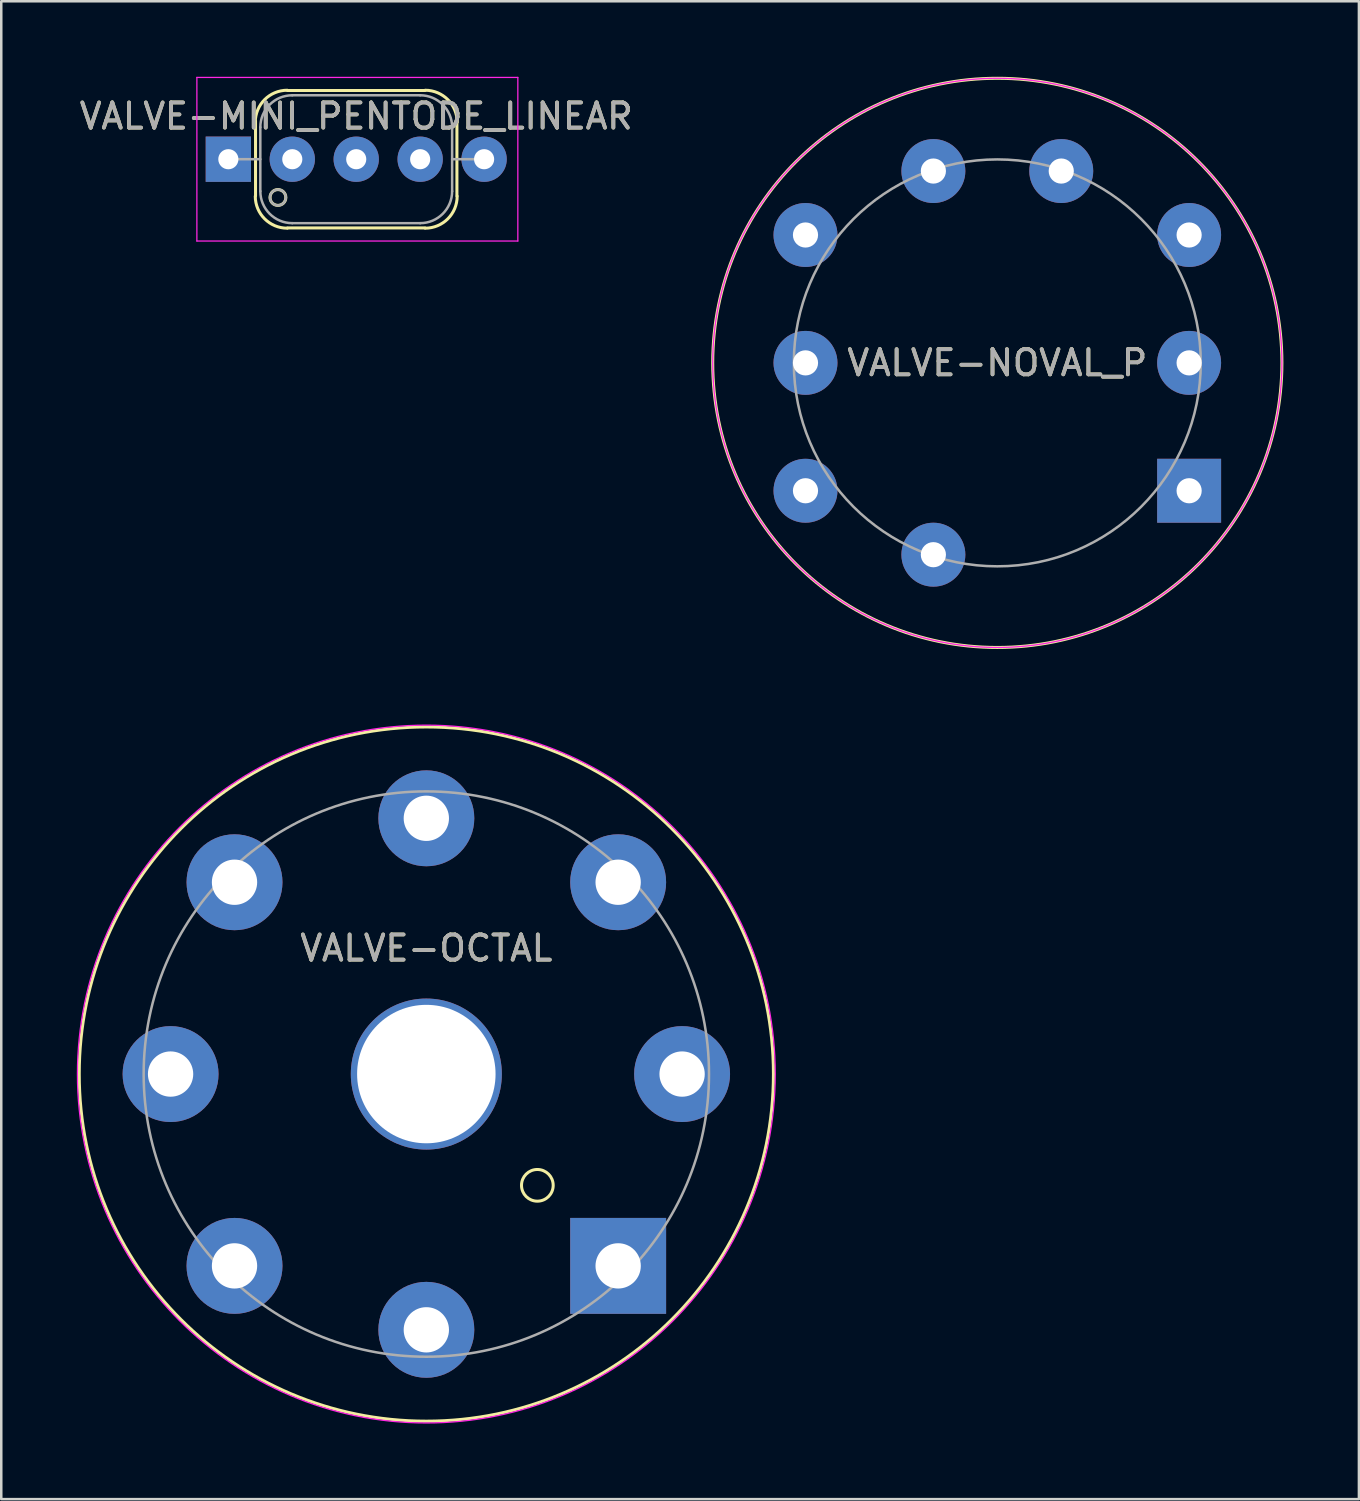
<source format=kicad_pcb>
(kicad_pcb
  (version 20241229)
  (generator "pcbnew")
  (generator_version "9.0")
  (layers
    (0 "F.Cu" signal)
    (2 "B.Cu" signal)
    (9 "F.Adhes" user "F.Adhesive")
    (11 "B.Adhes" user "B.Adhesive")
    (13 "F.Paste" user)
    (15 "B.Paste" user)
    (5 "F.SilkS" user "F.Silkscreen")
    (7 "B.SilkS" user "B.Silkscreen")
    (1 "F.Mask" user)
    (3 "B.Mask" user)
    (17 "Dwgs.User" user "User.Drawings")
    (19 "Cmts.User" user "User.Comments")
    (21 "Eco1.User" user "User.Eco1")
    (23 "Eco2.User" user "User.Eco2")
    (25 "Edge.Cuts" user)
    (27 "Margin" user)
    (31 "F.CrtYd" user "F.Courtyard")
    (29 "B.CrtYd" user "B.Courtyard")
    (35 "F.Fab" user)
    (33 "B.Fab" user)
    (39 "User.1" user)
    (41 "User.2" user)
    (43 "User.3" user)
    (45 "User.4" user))
  (footprint "VALVE-MINI_PENTODE_LINEAR"
    (layer "F.Cu")
    (at 6.021 3.275)
    (property "Reference" "VALVE-MINI_PENTODE_LINEAR" (at 5.08 -1.71 0) (layer "F.SilkS") (effects (font (size 1 1) (thickness 0.15))))
    (attr through_hole)
    (fp_line (start 1.08 1.46) (end 1.08 -1.52) (stroke (width 0.12) (type solid)) (layer "F.SilkS"))
    (fp_line (start 2.35 -2.73) (end 7.81 -2.73) (stroke (width 0.12) (type solid)) (layer "F.SilkS"))
    (fp_line (start 7.81 2.73) (end 2.35 2.73) (stroke (width 0.12) (type solid)) (layer "F.SilkS"))
    (fp_line (start 9.08 -1.46) (end 9.08 1.46) (stroke (width 0.12) (type solid)) (layer "F.SilkS"))
    (fp_arc (start 1.07 -1.47) (mid 1.441974 -2.368026) (end 2.34 -2.74) (stroke (width 0.12) (type solid)) (layer "F.SilkS"))
    (fp_arc (start 2.34 2.74) (mid 1.441974 2.368026) (end 1.07 1.47) (stroke (width 0.12) (type solid)) (layer "F.SilkS"))
    (fp_arc (start 7.82 -2.74) (mid 8.718026 -2.368026) (end 9.09 -1.47) (stroke (width 0.12) (type solid)) (layer "F.SilkS"))
    (fp_arc (start 9.09 1.47) (mid 8.718026 2.368026) (end 7.82 2.74) (stroke (width 0.12) (type solid)) (layer "F.SilkS"))
    (fp_circle (center 1.97 1.52) (end 2.22 1.71) (stroke (width 0.12) (type solid)) (fill no) (layer "F.SilkS"))
    (fp_line (start -1.25 -3.25) (end 11.5 -3.25) (stroke (width 0.05) (type solid)) (layer "F.CrtYd"))
    (fp_line (start -1.25 3.25) (end -1.25 -3.25) (stroke (width 0.05) (type solid)) (layer "F.CrtYd"))
    (fp_line (start 11.5 -3.25) (end 11.5 3.25) (stroke (width 0.05) (type solid)) (layer "F.CrtYd"))
    (fp_line (start 11.5 3.25) (end -1.25 3.25) (stroke (width 0.05) (type solid)) (layer "F.CrtYd"))
    (fp_line (start 0 0) (end 1.27 0) (stroke (width 0.1) (type solid)) (layer "F.Fab"))
    (fp_line (start 1.27 -1.27) (end 1.27 1.27) (stroke (width 0.1) (type solid)) (layer "F.Fab"))
    (fp_line (start 2.54 2.54) (end 7.62 2.54) (stroke (width 0.1) (type solid)) (layer "F.Fab"))
    (fp_line (start 7.62 -2.54) (end 2.54 -2.54) (stroke (width 0.1) (type solid)) (layer "F.Fab"))
    (fp_line (start 8.89 0) (end 10.16 0) (stroke (width 0.1) (type solid)) (layer "F.Fab"))
    (fp_line (start 8.89 1.27) (end 8.89 -1.27) (stroke (width 0.1) (type solid)) (layer "F.Fab"))
    (fp_arc (start 1.27 -1.27) (mid 1.641974 -2.168026) (end 2.54 -2.54) (stroke (width 0.1) (type solid)) (layer "F.Fab"))
    (fp_arc (start 2.54 2.54) (mid 1.641974 2.168026) (end 1.27 1.27) (stroke (width 0.1) (type solid)) (layer "F.Fab"))
    (fp_arc (start 7.62 -2.54) (mid 8.518026 -2.168026) (end 8.89 -1.27) (stroke (width 0.1) (type solid)) (layer "F.Fab"))
    (fp_arc (start 8.89 1.27) (mid 8.518026 2.168026) (end 7.62 2.54) (stroke (width 0.1) (type solid)) (layer "F.Fab"))
    (fp_circle (center 1.97 1.52) (end 2.22 1.71) (stroke (width 0.1) (type solid)) (fill no) (layer "F.Fab"))
    (fp_text user "${REFERENCE}" (at 5.08 -1.71 0) (layer "F.Fab") (effects (font (size 1 1) (thickness 0.15))))
    (pad "1" thru_hole rect (at 0 0) (size 1.8 1.8) (drill 0.8) (layers "*.Cu" "*.Mask"))
    (pad "2" thru_hole circle (at 2.54 0) (size 1.8 1.8) (drill 0.8) (layers "*.Cu" "*.Mask"))
    (pad "3" thru_hole circle (at 5.08 0) (size 1.8 1.8) (drill 0.8) (layers "*.Cu" "*.Mask"))
    (pad "4" thru_hole circle (at 7.62 0) (size 1.8 1.8) (drill 0.8) (layers "*.Cu" "*.Mask"))
    (pad "5" thru_hole circle (at 10.16 0) (size 1.8 1.8) (drill 0.8) (layers "*.Cu" "*.Mask")))
  (footprint "VALVE-OCTAL"
    (layer "F.Cu")
    (at 21.506 47.237)
    (property "Reference" "VALVE-OCTAL" (at -7.62 -12.62 0) (layer "F.SilkS") (effects (font (size 1 1) (thickness 0.15))))
    (attr through_hole)
    (fp_circle (center -7.62 -7.62) (end 2.13 2.13) (stroke (width 0.12) (type solid)) (fill no) (layer "F.SilkS"))
    (fp_circle (center -3.21 -3.2) (end -2.77 -2.75) (stroke (width 0.12) (type solid)) (fill no) (layer "F.SilkS"))
    (fp_circle (center -7.62 -7.62) (end 3.13 1.13) (stroke (width 0.05) (type solid)) (fill no) (layer "F.CrtYd"))
    (fp_circle (center -7.62 -7.62) (end -15.56 0.32) (stroke (width 0.1) (type solid)) (fill no) (layer "F.Fab"))
    (fp_text user "${REFERENCE}" (at -7.62 -12.62 0) (layer "F.Fab") (effects (font (size 1 1) (thickness 0.15))))
    (pad "" thru_hole circle (at -7.62 -7.62) (size 6 6) (drill 5.5) (layers "*.Cu" "*.Mask"))
    (pad "1" thru_hole rect (at 0 0) (size 3.81 3.81) (drill 1.8) (layers "*.Cu" "*.Mask"))
    (pad "2" thru_hole circle (at 2.54 -7.62) (size 3.81 3.81) (drill 1.8) (layers "*.Cu" "*.Mask"))
    (pad "3" thru_hole circle (at 0 -15.24) (size 3.81 3.81) (drill 1.8) (layers "*.Cu" "*.Mask"))
    (pad "4" thru_hole circle (at -7.62 -17.78) (size 3.81 3.81) (drill 1.8) (layers "*.Cu" "*.Mask"))
    (pad "5" thru_hole circle (at -15.24 -15.24) (size 3.81 3.81) (drill 1.8) (layers "*.Cu" "*.Mask"))
    (pad "6" thru_hole circle (at -17.78 -7.62) (size 3.81 3.81) (drill 1.8) (layers "*.Cu" "*.Mask"))
    (pad "7" thru_hole circle (at -15.24 0) (size 3.81 3.81) (drill 1.8) (layers "*.Cu" "*.Mask"))
    (pad "8" thru_hole circle (at -7.62 2.54) (size 3.81 3.81) (drill 1.8) (layers "*.Cu" "*.Mask")))
  (footprint "VALVE-NOVAL_P"
    (layer "F.Cu")
    (at 44.188 16.445)
    (property "Reference" "VALVE-NOVAL_P" (at -7.62 -5.08 0) (layer "F.SilkS") (effects (font (size 1 1) (thickness 0.15))))
    (attr through_hole)
    (fp_circle (center -7.62 -5.08) (end 1.63 1.42) (stroke (width 0.12) (type solid)) (fill no) (layer "F.SilkS"))
    (fp_circle (center -7.62 -5.08) (end 1.63 1.42) (stroke (width 0.05) (type solid)) (fill no) (layer "F.CrtYd"))
    (fp_circle (center -7.62 -5.08) (end -13.34 0.63) (stroke (width 0.1) (type solid)) (fill no) (layer "F.Fab"))
    (fp_text user "${REFERENCE}" (at -7.62 -5.08 0) (layer "F.Fab") (effects (font (size 1 1) (thickness 0.15))))
    (pad "1" thru_hole rect (at 0 0) (size 2.54 2.54) (drill 1) (layers "*.Cu" "*.Mask"))
    (pad "2" thru_hole circle (at 0 -5.08) (size 2.54 2.54) (drill 1) (layers "*.Cu" "*.Mask"))
    (pad "3" thru_hole circle (at 0 -10.16) (size 2.54 2.54) (drill 1) (layers "*.Cu" "*.Mask"))
    (pad "4" thru_hole circle (at -5.08 -12.7) (size 2.54 2.54) (drill 1) (layers "*.Cu" "*.Mask"))
    (pad "5" thru_hole circle (at -10.16 -12.7) (size 2.54 2.54) (drill 1) (layers "*.Cu" "*.Mask"))
    (pad "6" thru_hole circle (at -15.24 -10.16) (size 2.54 2.54) (drill 1) (layers "*.Cu" "*.Mask"))
    (pad "7" thru_hole circle (at -15.24 -5.08) (size 2.54 2.54) (drill 1) (layers "*.Cu" "*.Mask"))
    (pad "8" thru_hole circle (at -15.24 0) (size 2.54 2.54) (drill 1) (layers "*.Cu" "*.Mask"))
    (pad "9" thru_hole circle (at -10.16 2.54) (size 2.54 2.54) (drill 1) (layers "*.Cu" "*.Mask")))
  (gr_rect
    (start -3 -3)
    (end 50.933 56.503)
    (stroke (width 0.1) (type default))
    (fill no)
    (layer "Edge.Cuts")))
</source>
